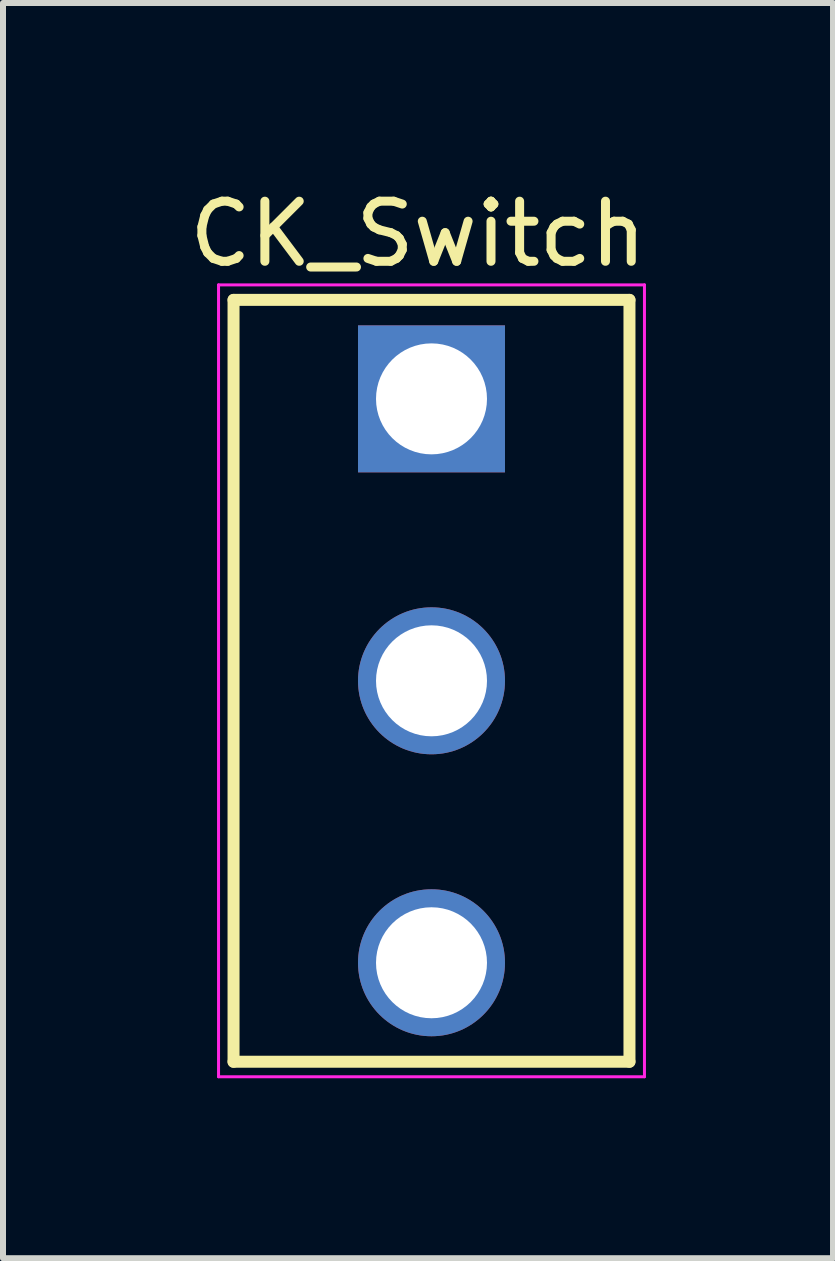
<source format=kicad_pcb>
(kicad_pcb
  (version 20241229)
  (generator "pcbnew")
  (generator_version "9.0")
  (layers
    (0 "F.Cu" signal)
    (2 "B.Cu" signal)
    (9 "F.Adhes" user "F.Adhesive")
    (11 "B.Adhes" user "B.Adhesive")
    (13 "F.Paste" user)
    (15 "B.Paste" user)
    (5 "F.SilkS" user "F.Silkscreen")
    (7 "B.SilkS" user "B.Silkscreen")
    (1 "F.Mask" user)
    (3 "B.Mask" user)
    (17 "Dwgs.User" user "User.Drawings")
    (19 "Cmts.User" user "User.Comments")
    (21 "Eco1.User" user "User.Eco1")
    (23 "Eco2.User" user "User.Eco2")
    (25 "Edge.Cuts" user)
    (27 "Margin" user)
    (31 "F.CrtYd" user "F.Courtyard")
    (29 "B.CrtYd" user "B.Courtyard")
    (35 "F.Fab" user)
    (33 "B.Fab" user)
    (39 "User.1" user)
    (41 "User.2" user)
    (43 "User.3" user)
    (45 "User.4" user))
  (footprint "CK_Switch"
    (layer "F.Cu")
    (at 4.143 8.299)
    (property "Reference" "CK_Switch" (at -0.225 -7.449 0) (layer "F.SilkS") (effects (font (size 1.002 1.002) (thickness 0.15))))
    (attr through_hole)
    (fp_line (start -3.3 -6.35) (end 3.3 -6.35) (stroke (width 0.2) (type solid)) (layer "F.SilkS"))
    (fp_line (start -3.3 6.35) (end -3.3 -6.35) (stroke (width 0.2) (type solid)) (layer "F.SilkS"))
    (fp_line (start 3.3 -6.35) (end 3.3 6.35) (stroke (width 0.2) (type solid)) (layer "F.SilkS"))
    (fp_line (start 3.3 6.35) (end -3.3 6.35) (stroke (width 0.2) (type solid)) (layer "F.SilkS"))
    (fp_line (start -3.55 -6.6) (end 3.55 -6.6) (stroke (width 0.05) (type solid)) (layer "F.CrtYd"))
    (fp_line (start -3.55 6.6) (end -3.55 -6.6) (stroke (width 0.05) (type solid)) (layer "F.CrtYd"))
    (fp_line (start 3.55 -6.6) (end 3.55 6.6) (stroke (width 0.05) (type solid)) (layer "F.CrtYd"))
    (fp_line (start 3.55 6.6) (end -3.55 6.6) (stroke (width 0.05) (type solid)) (layer "F.CrtYd"))
    (pad "1" thru_hole rect (at 0 -4.7) (size 2.45 2.45) (drill 1.85) (layers "*.Cu" "*.Mask"))
    (pad "2" thru_hole circle (at 0 0) (size 2.45 2.45) (drill 1.85) (layers "*.Cu" "*.Mask"))
    (pad "3" thru_hole circle (at 0 4.7) (size 2.45 2.45) (drill 1.85) (layers "*.Cu" "*.Mask")))
  (gr_rect
    (start -3 -3)
    (end 10.836 17.924)
    (stroke (width 0.1) (type default))
    (fill no)
    (layer "Edge.Cuts")))
</source>
